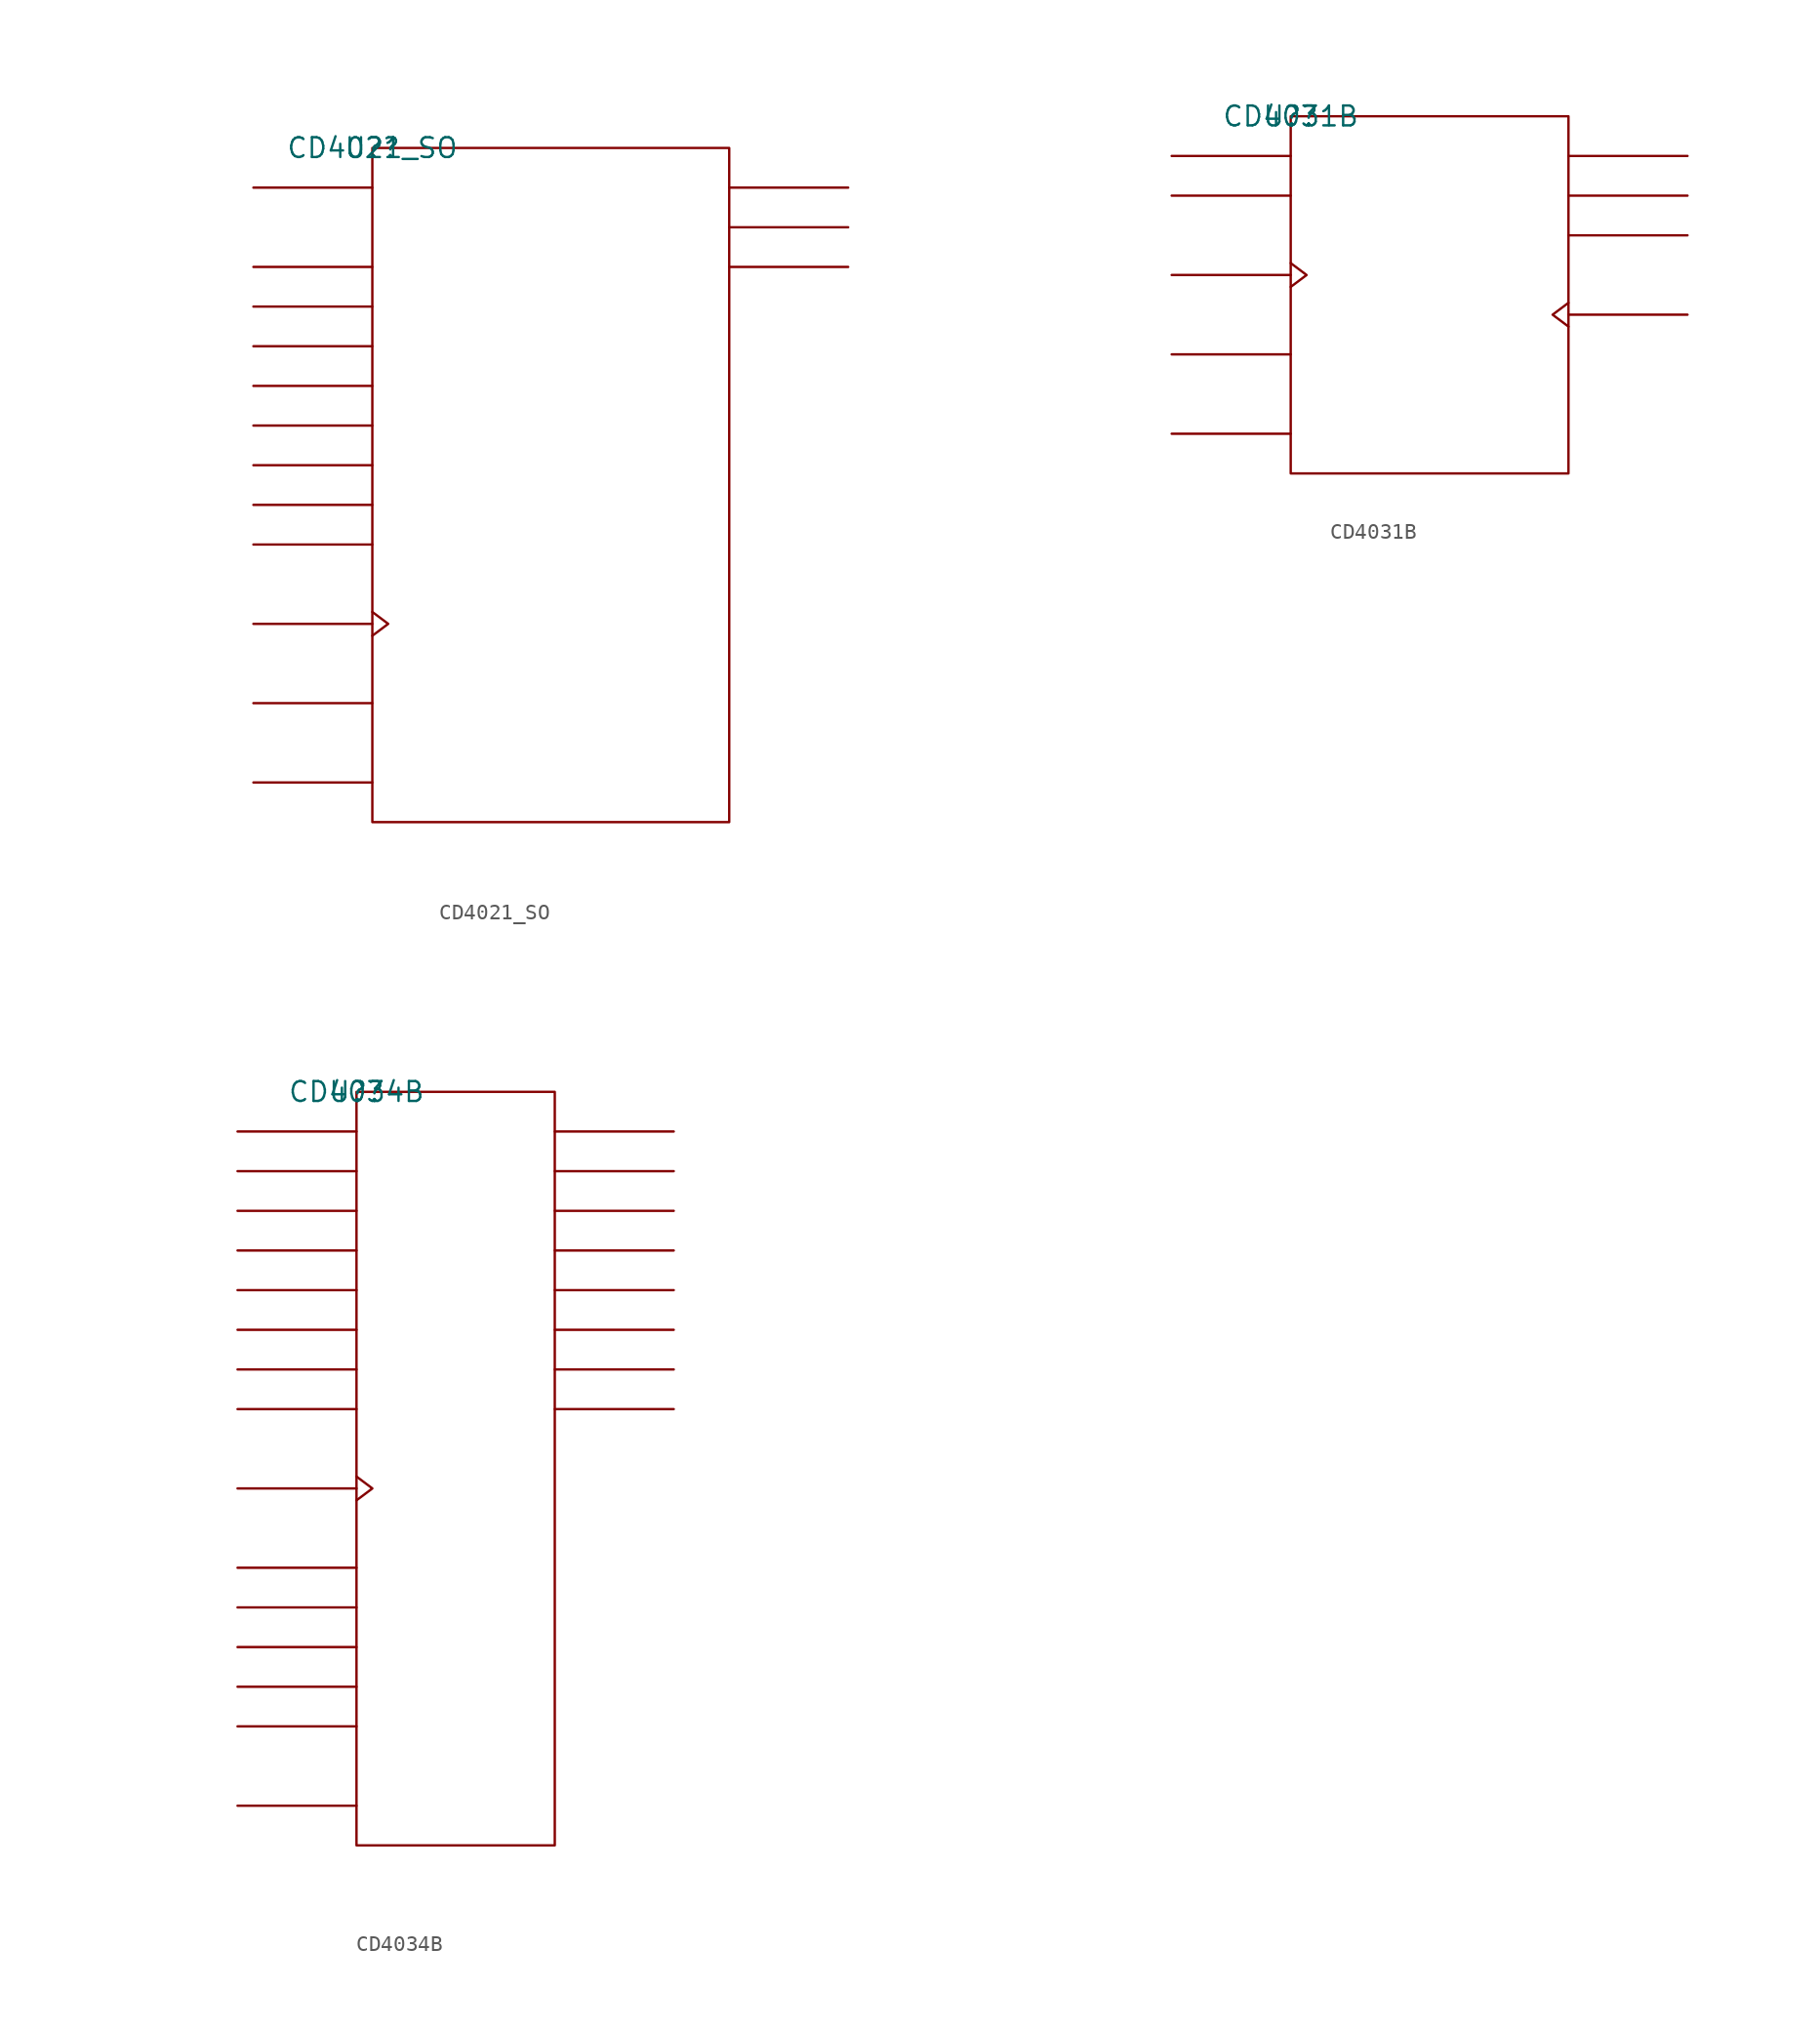
<source format=kicad_sym>
(kicad_symbol_lib
  (version 20211014)
  (generator kicad_symbol_editor)
  (symbol "CD4021_SO"
    (pin_names
      (offset 0.762))
    (property "Reference" "U?"
      (at 0 0 0)
      (effects (font (size 1.27 1.27))))
    (property "Value" "CD4021_SO"
      (at 0 0 0)
      (effects (font (size 1.27 1.27))))
    (symbol "CD4021_SO_0_1"
      (rectangle (start 0 -43.18) (end 22.86 0) (stroke (width 0) (type default) (color 0 0 0 0)) (fill (type none)))
      (polyline (pts (xy 0 -40.64) (xy -7.62 -40.64)) (stroke (width 0) (type default) (color 0 0 0 0)) (fill (type none)))
      (polyline (pts (xy 0 -35.56) (xy -7.62 -35.56)) (stroke (width 0) (type default) (color 0 0 0 0)) (fill (type none)))
      (polyline (pts (xy 0 -30.48) (xy -7.62 -30.48)) (stroke (width 0) (type default) (color 0 0 0 0)) (fill (type none)))
      (polyline (pts (xy 0 -25.4) (xy -7.62 -25.4)) (stroke (width 0) (type default) (color 0 0 0 0)) (fill (type none)))
      (polyline (pts (xy 0 -22.86) (xy -7.62 -22.86)) (stroke (width 0) (type default) (color 0 0 0 0)) (fill (type none)))
      (polyline (pts (xy 0 -20.32) (xy -7.62 -20.32)) (stroke (width 0) (type default) (color 0 0 0 0)) (fill (type none)))
      (polyline (pts (xy 0 -17.78) (xy -7.62 -17.78)) (stroke (width 0) (type default) (color 0 0 0 0)) (fill (type none)))
      (polyline (pts (xy 0 -15.24) (xy -7.62 -15.24)) (stroke (width 0) (type default) (color 0 0 0 0)) (fill (type none)))
      (polyline (pts (xy 0 -12.7) (xy -7.62 -12.7)) (stroke (width 0) (type default) (color 0 0 0 0)) (fill (type none)))
      (polyline (pts (xy 0 -10.16) (xy -7.62 -10.16)) (stroke (width 0) (type default) (color 0 0 0 0)) (fill (type none)))
      (polyline (pts (xy 0 -7.62) (xy -7.62 -7.62)) (stroke (width 0) (type default) (color 0 0 0 0)) (fill (type none)))
      (polyline (pts (xy 0 -2.54) (xy -7.62 -2.54)) (stroke (width 0) (type default) (color 0 0 0 0)) (fill (type none)))
      (polyline (pts (xy 22.86 -7.62) (xy 30.48 -7.62)) (stroke (width 0) (type default) (color 0 0 0 0)) (fill (type none)))
      (polyline (pts (xy 22.86 -5.08) (xy 30.48 -5.08)) (stroke (width 0) (type default) (color 0 0 0 0)) (fill (type none)))
      (polyline (pts (xy 22.86 -2.54) (xy 30.48 -2.54)) (stroke (width 0) (type default) (color 0 0 0 0)) (fill (type none)))
      (polyline (pts (xy 0 -29.718) (xy 1.016 -30.48) (xy 0 -31.242)) (stroke (width 0) (type default) (color 0 0 0 0)) (fill (type none))))
    (symbol "CD4021_SO_1_1"
      (pin unspecified line (at -7.62 -25.4 0) (length 7.62) hide (name "PIN8" (effects (font (size 1.245 1.245)))) (number "1" (effects (font (size 1.245 1.245)))))
      (pin unspecified line (at -7.62 -30.48 180) (length 7.62) hide (name "CLK" (effects (font (size 1.245 1.245)))) (number "10" (effects (font (size 1.245 1.245)))))
      (pin unspecified line (at -7.62 -2.54 0) (length 7.62) hide (name "SERIN" (effects (font (size 1.245 1.245)))) (number "11" (effects (font (size 1.245 1.245)))))
      (pin unspecified line (at 30.48 -5.08 180) (length 7.62) hide (name "Q7BOUT" (effects (font (size 1.245 1.245)))) (number "12" (effects (font (size 1.245 1.245)))))
      (pin unspecified line (at -7.62 -17.78 0) (length 7.62) hide (name "PIN5" (effects (font (size 1.245 1.245)))) (number "13" (effects (font (size 1.245 1.245)))))
      (pin unspecified line (at -7.62 -20.32 0) (length 7.62) hide (name "PIN6" (effects (font (size 1.245 1.245)))) (number "14" (effects (font (size 1.245 1.245)))))
      (pin unspecified line (at -7.62 -22.86 0) (length 7.62) hide (name "PIN7" (effects (font (size 1.245 1.245)))) (number "15" (effects (font (size 1.245 1.245)))))
      (pin power_in line (at -7.62 -40.64 0) (length 7.62) hide (name "VDD" (effects (font (size 1.245 1.245)))) (number "16" (effects (font (size 1.245 1.245)))))
      (pin unspecified line (at 30.48 -2.54 180) (length 7.62) hide (name "Q6BOUT" (effects (font (size 1.245 1.245)))) (number "2" (effects (font (size 1.245 1.245)))))
      (pin unspecified line (at 30.48 -7.62 180) (length 7.62) hide (name "Q8BOUT" (effects (font (size 1.245 1.245)))) (number "3" (effects (font (size 1.245 1.245)))))
      (pin unspecified line (at -7.62 -15.24 0) (length 7.62) hide (name "PIN4" (effects (font (size 1.245 1.245)))) (number "4" (effects (font (size 1.245 1.245)))))
      (pin unspecified line (at -7.62 -12.7 0) (length 7.62) hide (name "PIN3" (effects (font (size 1.245 1.245)))) (number "5" (effects (font (size 1.245 1.245)))))
      (pin unspecified line (at -7.62 -10.16 0) (length 7.62) hide (name "PIN2" (effects (font (size 1.245 1.245)))) (number "6" (effects (font (size 1.245 1.245)))))
      (pin unspecified line (at -7.62 -7.62 0) (length 7.62) hide (name "PIN1" (effects (font (size 1.245 1.245)))) (number "7" (effects (font (size 1.245 1.245)))))
      (pin power_in line (at 15.24 -43.18 0) (length 7.62) hide (name "GND" (effects (font (size 1.245 1.245)))) (number "8" (effects (font (size 1.245 1.245)))))
      (pin unspecified line (at -7.62 -35.56 0) (length 7.62) hide (name "P/SCONT" (effects (font (size 1.245 1.245)))) (number "9" (effects (font (size 1.245 1.245)))))))
  (symbol "CD4031B"
    (pin_names
      (offset 0.762))
    (property "Reference" "U?"
      (at 0 0 0)
      (effects (font (size 1.27 1.27))))
    (property "Value" "CD4031B"
      (at 0 0 0)
      (effects (font (size 1.27 1.27))))
    (symbol "CD4031B_0_1"
      (rectangle (start 0 -22.86) (end 17.78 0) (stroke (width 0) (type default) (color 0 0 0 0)) (fill (type none)))
      (polyline (pts (xy 0 -20.32) (xy -7.62 -20.32)) (stroke (width 0) (type default) (color 0 0 0 0)) (fill (type none)))
      (polyline (pts (xy 0 -15.24) (xy -7.62 -15.24)) (stroke (width 0) (type default) (color 0 0 0 0)) (fill (type none)))
      (polyline (pts (xy 0 -10.16) (xy -7.62 -10.16)) (stroke (width 0) (type default) (color 0 0 0 0)) (fill (type none)))
      (polyline (pts (xy 0 -5.08) (xy -7.62 -5.08)) (stroke (width 0) (type default) (color 0 0 0 0)) (fill (type none)))
      (polyline (pts (xy 0 -2.54) (xy -7.62 -2.54)) (stroke (width 0) (type default) (color 0 0 0 0)) (fill (type none)))
      (polyline (pts (xy 17.78 -12.7) (xy 25.4 -12.7)) (stroke (width 0) (type default) (color 0 0 0 0)) (fill (type none)))
      (polyline (pts (xy 17.78 -7.62) (xy 25.4 -7.62)) (stroke (width 0) (type default) (color 0 0 0 0)) (fill (type none)))
      (polyline (pts (xy 17.78 -5.08) (xy 25.4 -5.08)) (stroke (width 0) (type default) (color 0 0 0 0)) (fill (type none)))
      (polyline (pts (xy 17.78 -2.54) (xy 25.4 -2.54)) (stroke (width 0) (type default) (color 0 0 0 0)) (fill (type none)))
      (polyline (pts (xy 0 -9.398) (xy 1.016 -10.16) (xy 0 -10.922)) (stroke (width 0) (type default) (color 0 0 0 0)) (fill (type none)))
      (polyline (pts (xy 17.78 -13.462) (xy 16.764 -12.7) (xy 17.78 -11.938)) (stroke (width 0) (type default) (color 0 0 0 0)) (fill (type none))))
    (symbol "CD4031B_1_1"
      (pin unspecified line (at -7.62 -5.08 0) (length 7.62) hide (name "DIN2" (effects (font (size 1.245 1.245)))) (number "1" (effects (font (size 1.245 1.245)))))
      (pin unspecified line (at -7.62 -15.24 0) (length 7.62) hide (name "MC" (effects (font (size 1.245 1.245)))) (number "10" (effects (font (size 1.245 1.245)))))
      (pin unspecified line (at -7.62 -2.54 0) (length 7.62) hide (name "DIN1" (effects (font (size 1.245 1.245)))) (number "15" (effects (font (size 1.245 1.245)))))
      (pin power_in line (at -7.62 -20.32 0) (length 7.62) hide (name "VDD" (effects (font (size 1.245 1.245)))) (number "16" (effects (font (size 1.245 1.245)))))
      (pin unspecified line (at -7.62 -10.16 180) (length 7.62) hide (name "CLK" (effects (font (size 1.245 1.245)))) (number "2" (effects (font (size 1.245 1.245)))))
      (pin unspecified line (at 25.4 -7.62 180) (length 7.62) hide (name "Q'" (effects (font (size 1.245 1.245)))) (number "5" (effects (font (size 1.245 1.245)))))
      (pin unspecified line (at 25.4 -2.54 180) (length 7.62) hide (name "Q" (effects (font (size 1.245 1.245)))) (number "6" (effects (font (size 1.245 1.245)))))
      (pin unspecified line (at 25.4 -5.08 180) (length 7.62) hide (name "Q\\" (effects (font (size 1.245 1.245)))) (number "7" (effects (font (size 1.245 1.245)))))
      (pin power_in line (at 10.16 -22.86 0) (length 7.62) hide (name "GND" (effects (font (size 1.245 1.245)))) (number "8" (effects (font (size 1.245 1.245)))))
      (pin unspecified line (at 25.4 -12.7 180) (length 7.62) hide (name "CLD" (effects (font (size 1.245 1.245)))) (number "9" (effects (font (size 1.245 1.245)))))))
  (symbol "CD4034B"
    (pin_names
      (offset 0.762))
    (property "Reference" "U?"
      (at 0 0 0)
      (effects (font (size 1.27 1.27))))
    (property "Value" "CD4034B"
      (at 0 0 0)
      (effects (font (size 1.27 1.27))))
    (symbol "CD4034B_0_1"
      (rectangle (start 0 -48.26) (end 12.7 0) (stroke (width 0) (type default) (color 0 0 0 0)) (fill (type none)))
      (polyline (pts (xy 0 -45.72) (xy -7.62 -45.72)) (stroke (width 0) (type default) (color 0 0 0 0)) (fill (type none)))
      (polyline (pts (xy 0 -40.64) (xy -7.62 -40.64)) (stroke (width 0) (type default) (color 0 0 0 0)) (fill (type none)))
      (polyline (pts (xy 0 -38.1) (xy -7.62 -38.1)) (stroke (width 0) (type default) (color 0 0 0 0)) (fill (type none)))
      (polyline (pts (xy 0 -35.56) (xy -7.62 -35.56)) (stroke (width 0) (type default) (color 0 0 0 0)) (fill (type none)))
      (polyline (pts (xy 0 -33.02) (xy -7.62 -33.02)) (stroke (width 0) (type default) (color 0 0 0 0)) (fill (type none)))
      (polyline (pts (xy 0 -30.48) (xy -7.62 -30.48)) (stroke (width 0) (type default) (color 0 0 0 0)) (fill (type none)))
      (polyline (pts (xy 0 -25.4) (xy -7.62 -25.4)) (stroke (width 0) (type default) (color 0 0 0 0)) (fill (type none)))
      (polyline (pts (xy 0 -20.32) (xy -7.62 -20.32)) (stroke (width 0) (type default) (color 0 0 0 0)) (fill (type none)))
      (polyline (pts (xy 0 -17.78) (xy -7.62 -17.78)) (stroke (width 0) (type default) (color 0 0 0 0)) (fill (type none)))
      (polyline (pts (xy 0 -15.24) (xy -7.62 -15.24)) (stroke (width 0) (type default) (color 0 0 0 0)) (fill (type none)))
      (polyline (pts (xy 0 -12.7) (xy -7.62 -12.7)) (stroke (width 0) (type default) (color 0 0 0 0)) (fill (type none)))
      (polyline (pts (xy 0 -10.16) (xy -7.62 -10.16)) (stroke (width 0) (type default) (color 0 0 0 0)) (fill (type none)))
      (polyline (pts (xy 0 -7.62) (xy -7.62 -7.62)) (stroke (width 0) (type default) (color 0 0 0 0)) (fill (type none)))
      (polyline (pts (xy 0 -5.08) (xy -7.62 -5.08)) (stroke (width 0) (type default) (color 0 0 0 0)) (fill (type none)))
      (polyline (pts (xy 0 -2.54) (xy -7.62 -2.54)) (stroke (width 0) (type default) (color 0 0 0 0)) (fill (type none)))
      (polyline (pts (xy 12.7 -20.32) (xy 20.32 -20.32)) (stroke (width 0) (type default) (color 0 0 0 0)) (fill (type none)))
      (polyline (pts (xy 12.7 -17.78) (xy 20.32 -17.78)) (stroke (width 0) (type default) (color 0 0 0 0)) (fill (type none)))
      (polyline (pts (xy 12.7 -15.24) (xy 20.32 -15.24)) (stroke (width 0) (type default) (color 0 0 0 0)) (fill (type none)))
      (polyline (pts (xy 12.7 -12.7) (xy 20.32 -12.7)) (stroke (width 0) (type default) (color 0 0 0 0)) (fill (type none)))
      (polyline (pts (xy 12.7 -10.16) (xy 20.32 -10.16)) (stroke (width 0) (type default) (color 0 0 0 0)) (fill (type none)))
      (polyline (pts (xy 12.7 -7.62) (xy 20.32 -7.62)) (stroke (width 0) (type default) (color 0 0 0 0)) (fill (type none)))
      (polyline (pts (xy 12.7 -5.08) (xy 20.32 -5.08)) (stroke (width 0) (type default) (color 0 0 0 0)) (fill (type none)))
      (polyline (pts (xy 12.7 -2.54) (xy 20.32 -2.54)) (stroke (width 0) (type default) (color 0 0 0 0)) (fill (type none)))
      (polyline (pts (xy 0 -24.638) (xy 1.016 -25.4) (xy 0 -26.162)) (stroke (width 0) (type default) (color 0 0 0 0)) (fill (type none))))
    (symbol "CD4034B_1_1"
      (pin unspecified line (at 20.32 -20.32 180) (length 7.62) hide (name "B8" (effects (font (size 1.245 1.245)))) (number "1" (effects (font (size 1.245 1.245)))))
      (pin unspecified line (at -7.62 -35.56 0) (length 7.62) hide (name "SDI" (effects (font (size 1.245 1.245)))) (number "10" (effects (font (size 1.245 1.245)))))
      (pin unspecified line (at -7.62 -38.1 0) (length 7.62) hide (name "A/B\\" (effects (font (size 1.245 1.245)))) (number "11" (effects (font (size 1.245 1.245)))))
      (pin power_in line (at 10.16 -48.26 0) (length 7.62) hide (name "GND" (effects (font (size 1.245 1.245)))) (number "12" (effects (font (size 1.245 1.245)))))
      (pin unspecified line (at -7.62 -33.02 0) (length 7.62) hide (name "P/S\\" (effects (font (size 1.245 1.245)))) (number "13" (effects (font (size 1.245 1.245)))))
      (pin unspecified line (at -7.62 -40.64 0) (length 7.62) hide (name "A/S\\" (effects (font (size 1.245 1.245)))) (number "14" (effects (font (size 1.245 1.245)))))
      (pin unspecified line (at -7.62 -25.4 180) (length 7.62) hide (name "CLK" (effects (font (size 1.245 1.245)))) (number "15" (effects (font (size 1.245 1.245)))))
      (pin unspecified line (at -7.62 -2.54 0) (length 7.62) hide (name "A1" (effects (font (size 1.245 1.245)))) (number "16" (effects (font (size 1.245 1.245)))))
      (pin unspecified line (at -7.62 -5.08 0) (length 7.62) hide (name "A2" (effects (font (size 1.245 1.245)))) (number "17" (effects (font (size 1.245 1.245)))))
      (pin unspecified line (at -7.62 -7.62 0) (length 7.62) hide (name "A3" (effects (font (size 1.245 1.245)))) (number "18" (effects (font (size 1.245 1.245)))))
      (pin unspecified line (at -7.62 -10.16 0) (length 7.62) hide (name "A4" (effects (font (size 1.245 1.245)))) (number "19" (effects (font (size 1.245 1.245)))))
      (pin unspecified line (at 20.32 -17.78 180) (length 7.62) hide (name "B7" (effects (font (size 1.245 1.245)))) (number "2" (effects (font (size 1.245 1.245)))))
      (pin unspecified line (at -7.62 -12.7 0) (length 7.62) hide (name "A5" (effects (font (size 1.245 1.245)))) (number "20" (effects (font (size 1.245 1.245)))))
      (pin unspecified line (at -7.62 -15.24 0) (length 7.62) hide (name "A6" (effects (font (size 1.245 1.245)))) (number "21" (effects (font (size 1.245 1.245)))))
      (pin unspecified line (at -7.62 -17.78 0) (length 7.62) hide (name "A7" (effects (font (size 1.245 1.245)))) (number "22" (effects (font (size 1.245 1.245)))))
      (pin unspecified line (at -7.62 -20.32 0) (length 7.62) hide (name "A8" (effects (font (size 1.245 1.245)))) (number "23" (effects (font (size 1.245 1.245)))))
      (pin power_in line (at -7.62 -45.72 0) (length 7.62) hide (name "VDD" (effects (font (size 1.245 1.245)))) (number "24" (effects (font (size 1.245 1.245)))))
      (pin unspecified line (at 20.32 -15.24 180) (length 7.62) hide (name "B6" (effects (font (size 1.245 1.245)))) (number "3" (effects (font (size 1.245 1.245)))))
      (pin unspecified line (at 20.32 -12.7 180) (length 7.62) hide (name "B5" (effects (font (size 1.245 1.245)))) (number "4" (effects (font (size 1.245 1.245)))))
      (pin unspecified line (at 20.32 -10.16 180) (length 7.62) hide (name "B4" (effects (font (size 1.245 1.245)))) (number "5" (effects (font (size 1.245 1.245)))))
      (pin unspecified line (at 20.32 -7.62 180) (length 7.62) hide (name "B3" (effects (font (size 1.245 1.245)))) (number "6" (effects (font (size 1.245 1.245)))))
      (pin unspecified line (at 20.32 -5.08 180) (length 7.62) hide (name "B2" (effects (font (size 1.245 1.245)))) (number "7" (effects (font (size 1.245 1.245)))))
      (pin unspecified line (at 20.32 -2.54 180) (length 7.62) hide (name "B1" (effects (font (size 1.245 1.245)))) (number "8" (effects (font (size 1.245 1.245)))))
      (pin unspecified line (at -7.62 -30.48 0) (length 7.62) hide (name "AE" (effects (font (size 1.245 1.245)))) (number "9" (effects (font (size 1.245 1.245))))))))
</source>
